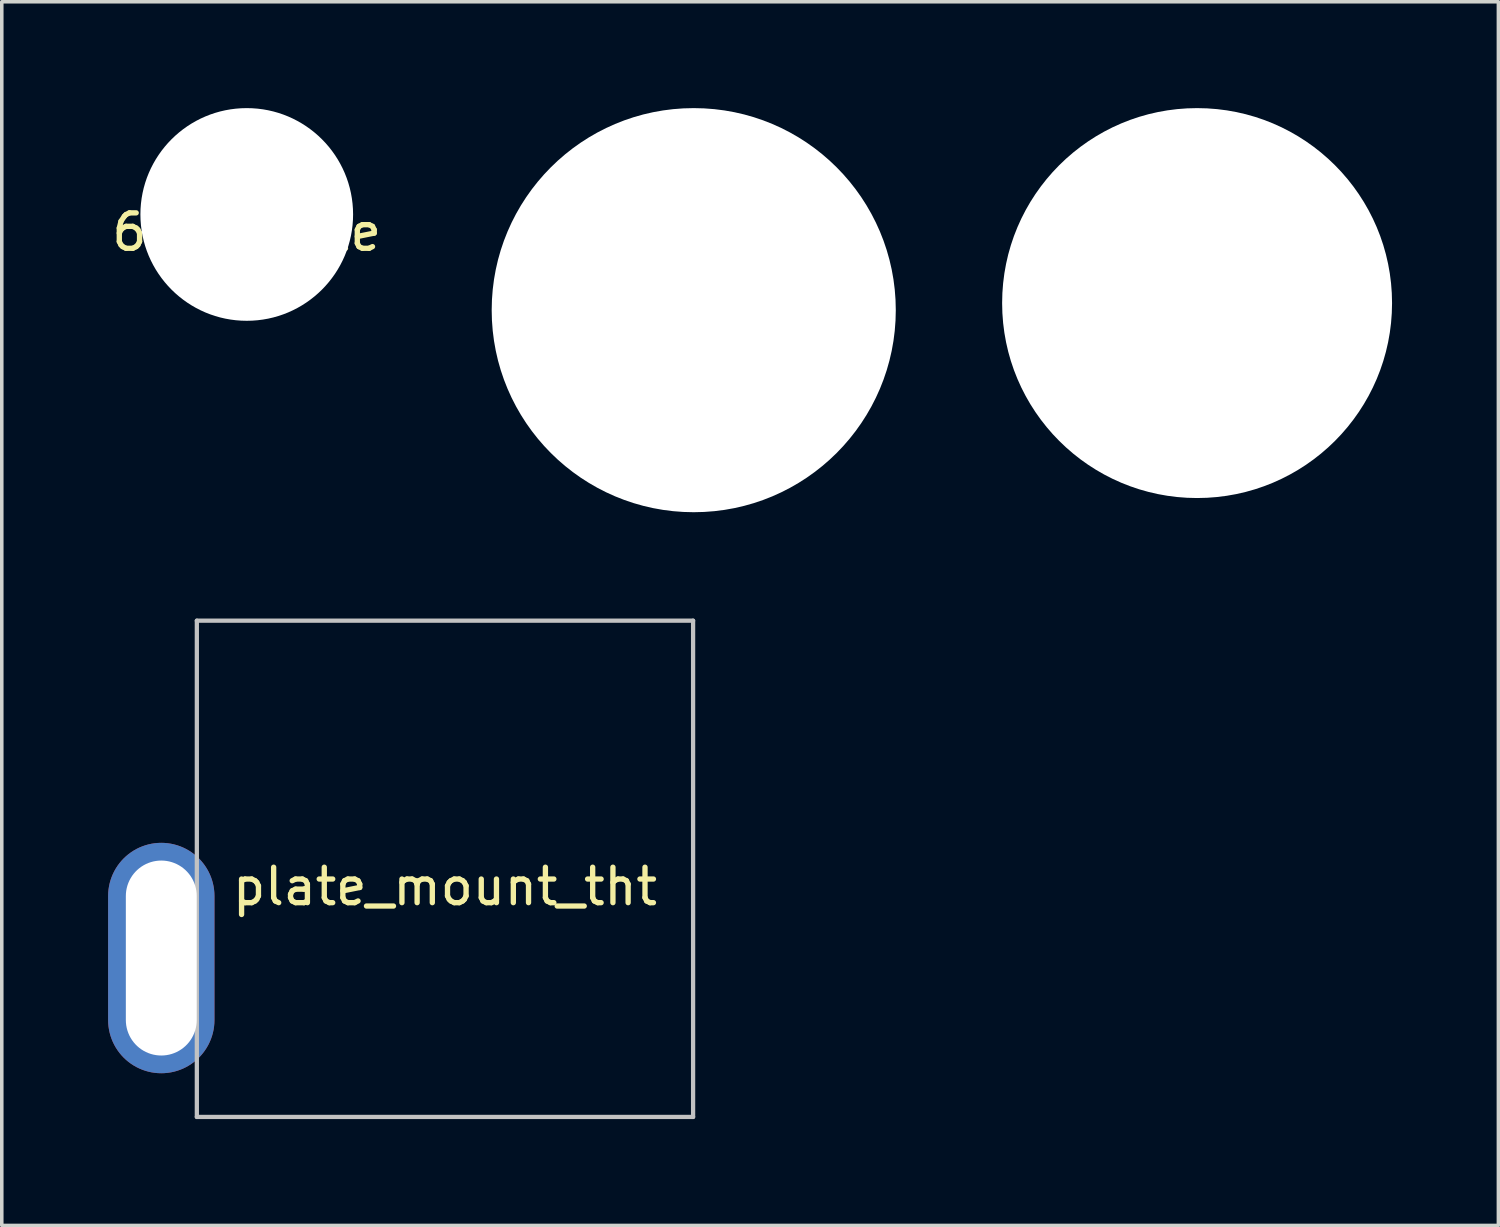
<source format=kicad_pcb>
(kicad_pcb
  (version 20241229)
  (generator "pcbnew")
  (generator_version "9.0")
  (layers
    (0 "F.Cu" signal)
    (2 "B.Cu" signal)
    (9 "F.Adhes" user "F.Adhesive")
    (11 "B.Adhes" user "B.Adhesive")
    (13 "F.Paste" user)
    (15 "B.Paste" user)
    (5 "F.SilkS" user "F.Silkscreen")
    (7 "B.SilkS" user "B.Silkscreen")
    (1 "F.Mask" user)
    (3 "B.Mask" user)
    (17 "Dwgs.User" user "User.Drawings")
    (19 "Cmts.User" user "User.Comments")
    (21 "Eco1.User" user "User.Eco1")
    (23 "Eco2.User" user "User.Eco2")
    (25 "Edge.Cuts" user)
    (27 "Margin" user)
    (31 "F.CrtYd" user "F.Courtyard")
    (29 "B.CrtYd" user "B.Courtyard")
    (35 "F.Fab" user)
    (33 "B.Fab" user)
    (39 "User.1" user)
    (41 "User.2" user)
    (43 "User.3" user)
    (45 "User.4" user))
  (footprint "hole_11.4mm"
    (layer "F.Cu")
    (at 16.521 5.7)
    (property "Reference" "hole_11.4mm" (at 0 0.5 0) (layer "F.SilkS") (effects (font (size 1 1) (thickness 0.15))))
    (attr through_hole)
    (pad "" np_thru_hole circle (at 0 0) (size 11.4 11.4) (drill 11.4) (layers "*.Cu" "*.Mask")))
  (footprint "hole_11mm"
    (layer "F.Cu")
    (at 30.721 5.5)
    (property "Reference" "hole_11mm" (at 0 0.5 0) (layer "F.SilkS") (effects (font (size 1 1) (thickness 0.15))))
    (attr through_hole)
    (pad "" np_thru_hole circle (at 0 0) (size 11 11) (drill 11) (layers "*.Cu" "*.Mask")))
  (footprint "plate_mount_tht"
    (layer "F.Cu")
    (at 9.503 21.46)
    (property "Reference" "plate_mount_tht" (at 0 0.5 0) (layer "F.SilkS") (effects (font (size 1 1) (thickness 0.15))))
    (attr through_hole)
    (fp_line (start -7 -7) (end -7 7) (stroke (width 0.12) (type solid)) (layer "Dwgs.User"))
    (fp_line (start -7 7) (end 7 7) (stroke (width 0.12) (type solid)) (layer "Dwgs.User"))
    (fp_line (start 7 -7) (end -7 -7) (stroke (width 0.12) (type solid)) (layer "Dwgs.User"))
    (fp_line (start 7 7) (end 7 -7) (stroke (width 0.12) (type solid)) (layer "Dwgs.User"))
    (pad "1" thru_hole oval (at -8.003 2.517) (size 3 6.5) (drill oval 2 5.5) (layers "*.Cu" "*.Mask")))
  (footprint "6mm_hole"
    (layer "F.Cu")
    (at 3.911 3)
    (property "Reference" "6mm_hole" (at 0 0.5 0) (layer "F.SilkS") (effects (font (size 1 1) (thickness 0.15))))
    (attr through_hole)
    (pad "" np_thru_hole circle (at 0 0) (size 6 6) (drill 6) (layers "*.Cu" "*.Mask")))
  (gr_rect
    (start -3 -3)
    (end 39.221 31.52)
    (stroke (width 0.1) (type default))
    (fill no)
    (layer "Edge.Cuts")))
</source>
